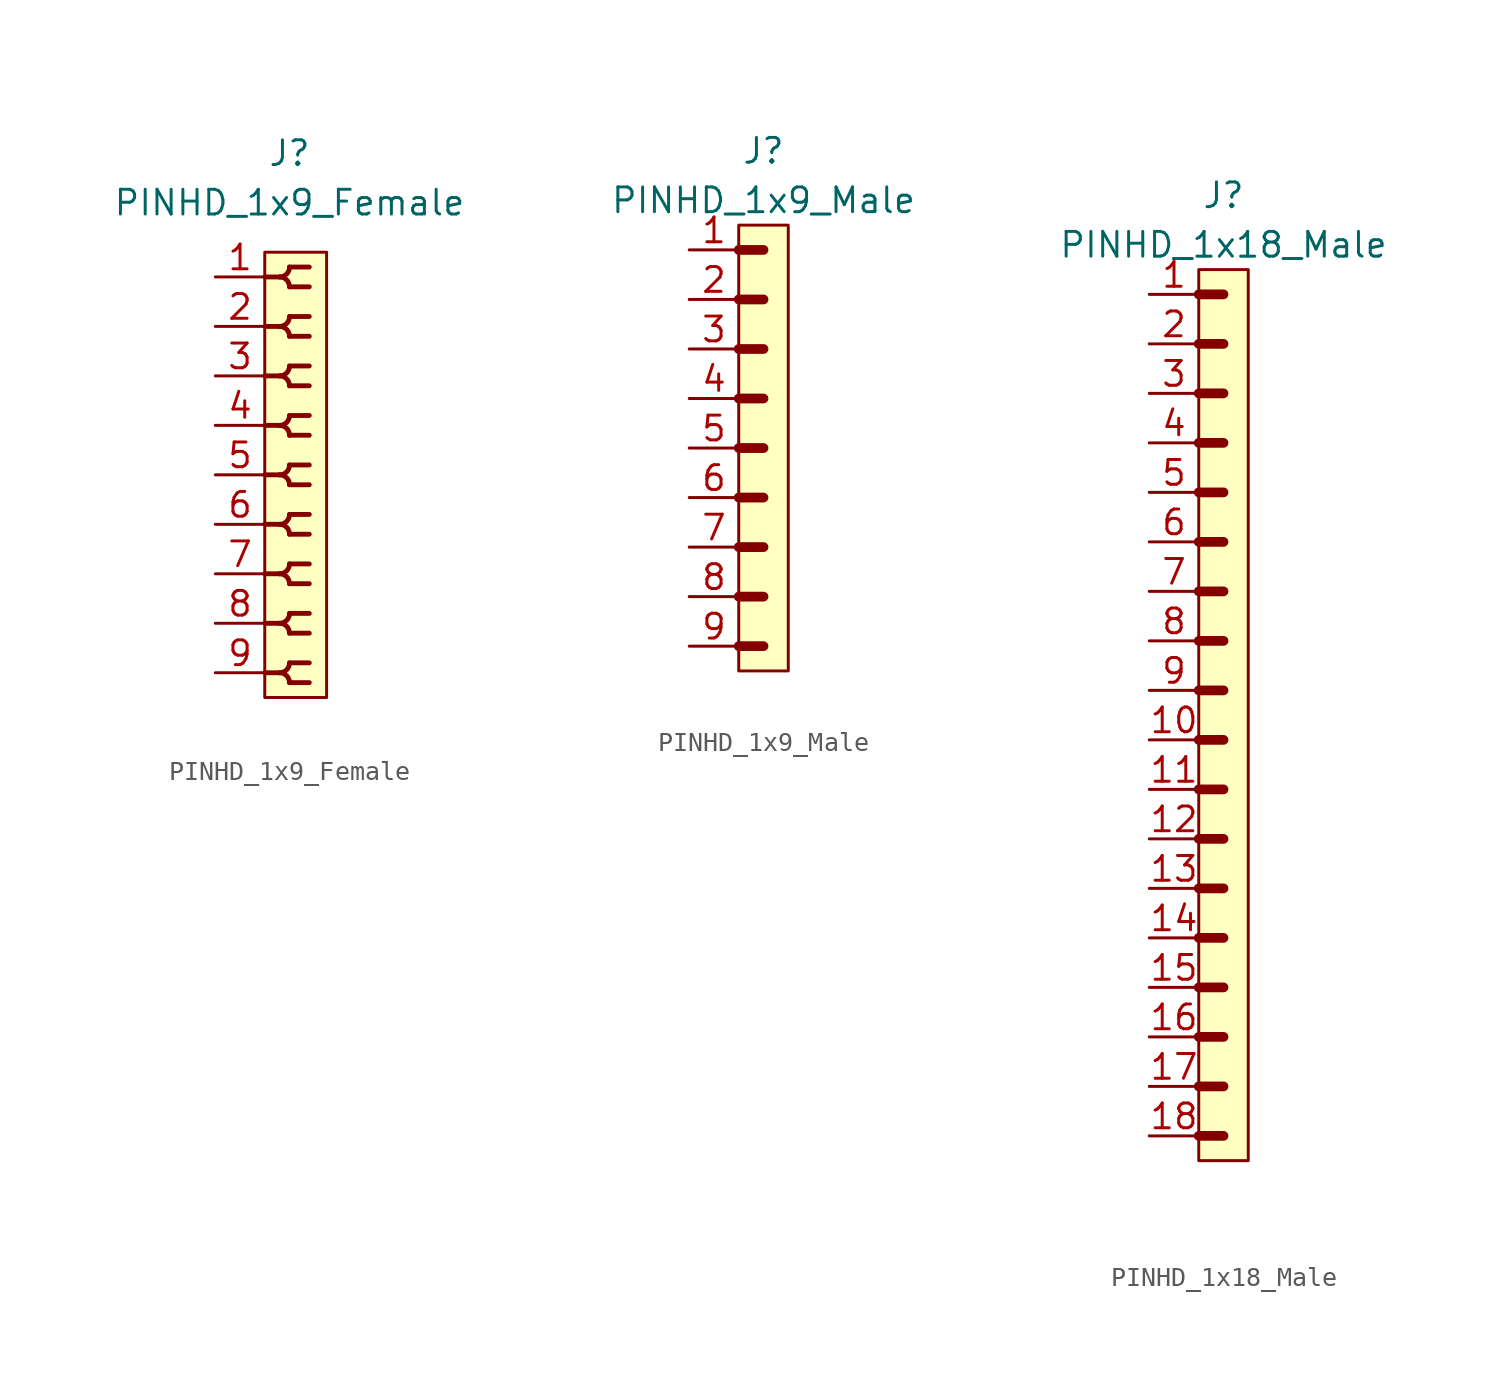
<source format=kicad_sym>
(kicad_symbol_lib
  (version 20211014)
  (generator kicad_symbol_editor)
  (symbol "PINHD_1x9_Female"
    (property "Reference" "J"
      (at 0 16.51 0)
      (effects (font (size 1.27 1.27))))
    (property "Value" "PINHD_1x9_Female"
      (at 0 13.97 0)
      (effects (font (size 1.27 1.27))))
    (symbol "PINHD_1x9_Female_0_1"
      (rectangle (start -1.27 11.43) (end 1.905 -11.43) (stroke (width 0) (type default) (color 0 0 0 0)) (fill (type background)))
      (arc (start -0.508 -10.16) (mid 0.3592 -10.5192) (end 0 -9.652) (stroke (width 0.25) (type default) (color 0 0 0 0)) (fill (type none)))
      (arc (start -0.508 -7.62) (mid 0.3592 -7.9792) (end 0 -7.112) (stroke (width 0.25) (type default) (color 0 0 0 0)) (fill (type none)))
      (arc (start -0.508 -5.08) (mid 0.3592 -5.4392) (end 0 -4.572) (stroke (width 0.25) (type default) (color 0 0 0 0)) (fill (type none)))
      (arc (start -0.508 -2.54) (mid 0.3592 -2.8992) (end 0 -2.032) (stroke (width 0.25) (type default) (color 0 0 0 0)) (fill (type none)))
      (arc (start -0.508 0) (mid 0.3592 -0.3592) (end 0 0.508) (stroke (width 0.25) (type default) (color 0 0 0 0)) (fill (type none)))
      (arc (start -0.508 2.54) (mid 0.3592 2.1808) (end 0 3.048) (stroke (width 0.25) (type default) (color 0 0 0 0)) (fill (type none)))
      (arc (start -0.508 5.08) (mid 0.3592 4.7208) (end 0 5.588) (stroke (width 0.25) (type default) (color 0 0 0 0)) (fill (type none)))
      (arc (start -0.508 7.62) (mid 0.3592 7.2608) (end 0 8.128) (stroke (width 0.25) (type default) (color 0 0 0 0)) (fill (type none)))
      (arc (start -0.508 10.16) (mid 0.3592 9.8008) (end 0 10.668) (stroke (width 0.25) (type default) (color 0 0 0 0)) (fill (type none)))
      (arc (start 0 -10.668) (mid 0.3592 -9.8008) (end -0.508 -10.16) (stroke (width 0.25) (type default) (color 0 0 0 0)) (fill (type none)))
      (arc (start 0 -8.128) (mid 0.3592 -7.2608) (end -0.508 -7.62) (stroke (width 0.25) (type default) (color 0 0 0 0)) (fill (type none)))
      (arc (start 0 -5.588) (mid 0.3592 -4.7208) (end -0.508 -5.08) (stroke (width 0.25) (type default) (color 0 0 0 0)) (fill (type none)))
      (arc (start 0 -3.048) (mid 0.3592 -2.1808) (end -0.508 -2.54) (stroke (width 0.25) (type default) (color 0 0 0 0)) (fill (type none)))
      (arc (start 0 -0.508) (mid 0.3592 0.3592) (end -0.508 0) (stroke (width 0.25) (type default) (color 0 0 0 0)) (fill (type none)))
      (polyline (pts (xy -1.27 -10.16) (xy -0.508 -10.16)) (stroke (width 0.25) (type default) (color 0 0 0 0)) (fill (type none)))
      (polyline (pts (xy -1.27 -7.62) (xy -0.508 -7.62)) (stroke (width 0.25) (type default) (color 0 0 0 0)) (fill (type none)))
      (polyline (pts (xy -1.27 -5.08) (xy -0.508 -5.08)) (stroke (width 0.25) (type default) (color 0 0 0 0)) (fill (type none)))
      (polyline (pts (xy -1.27 -2.54) (xy -0.508 -2.54)) (stroke (width 0.25) (type default) (color 0 0 0 0)) (fill (type none)))
      (polyline (pts (xy -1.27 0) (xy -0.508 0)) (stroke (width 0.25) (type default) (color 0 0 0 0)) (fill (type none)))
      (polyline (pts (xy -1.27 2.54) (xy -0.508 2.54)) (stroke (width 0.25) (type default) (color 0 0 0 0)) (fill (type none)))
      (polyline (pts (xy -1.27 5.08) (xy -0.508 5.08)) (stroke (width 0.25) (type default) (color 0 0 0 0)) (fill (type none)))
      (polyline (pts (xy -1.27 7.62) (xy -0.508 7.62)) (stroke (width 0.25) (type default) (color 0 0 0 0)) (fill (type none)))
      (polyline (pts (xy -1.27 10.16) (xy -0.508 10.16)) (stroke (width 0.25) (type default) (color 0 0 0 0)) (fill (type none)))
      (polyline (pts (xy 0 -10.668) (xy 1.016 -10.668)) (stroke (width 0.25) (type default) (color 0 0 0 0)) (fill (type none)))
      (polyline (pts (xy 0 -9.652) (xy 1.016 -9.652)) (stroke (width 0.25) (type default) (color 0 0 0 0)) (fill (type none)))
      (polyline (pts (xy 0 -8.128) (xy 1.016 -8.128)) (stroke (width 0.25) (type default) (color 0 0 0 0)) (fill (type none)))
      (polyline (pts (xy 0 -7.112) (xy 1.016 -7.112)) (stroke (width 0.25) (type default) (color 0 0 0 0)) (fill (type none)))
      (polyline (pts (xy 0 -5.588) (xy 1.016 -5.588)) (stroke (width 0.25) (type default) (color 0 0 0 0)) (fill (type none)))
      (polyline (pts (xy 0 -4.572) (xy 1.016 -4.572)) (stroke (width 0.25) (type default) (color 0 0 0 0)) (fill (type none)))
      (polyline (pts (xy 0 -3.048) (xy 1.016 -3.048)) (stroke (width 0.25) (type default) (color 0 0 0 0)) (fill (type none)))
      (polyline (pts (xy 0 -2.032) (xy 1.016 -2.032)) (stroke (width 0.25) (type default) (color 0 0 0 0)) (fill (type none)))
      (polyline (pts (xy 0 -0.508) (xy 1.016 -0.508)) (stroke (width 0.25) (type default) (color 0 0 0 0)) (fill (type none)))
      (polyline (pts (xy 0 0.508) (xy 1.016 0.508)) (stroke (width 0.25) (type default) (color 0 0 0 0)) (fill (type none)))
      (polyline (pts (xy 0 2.032) (xy 1.016 2.032)) (stroke (width 0.25) (type default) (color 0 0 0 0)) (fill (type none)))
      (polyline (pts (xy 0 3.048) (xy 1.016 3.048)) (stroke (width 0.25) (type default) (color 0 0 0 0)) (fill (type none)))
      (polyline (pts (xy 0 4.572) (xy 1.016 4.572)) (stroke (width 0.25) (type default) (color 0 0 0 0)) (fill (type none)))
      (polyline (pts (xy 0 5.588) (xy 1.016 5.588)) (stroke (width 0.25) (type default) (color 0 0 0 0)) (fill (type none)))
      (polyline (pts (xy 0 7.112) (xy 1.016 7.112)) (stroke (width 0.25) (type default) (color 0 0 0 0)) (fill (type none)))
      (polyline (pts (xy 0 8.128) (xy 1.016 8.128)) (stroke (width 0.25) (type default) (color 0 0 0 0)) (fill (type none)))
      (polyline (pts (xy 0 9.652) (xy 1.016 9.652)) (stroke (width 0.25) (type default) (color 0 0 0 0)) (fill (type none)))
      (polyline (pts (xy 0 10.668) (xy 1.016 10.668)) (stroke (width 0.25) (type default) (color 0 0 0 0)) (fill (type none)))
      (arc (start 0 2.032) (mid 0.3592 2.8992) (end -0.508 2.54) (stroke (width 0.25) (type default) (color 0 0 0 0)) (fill (type none)))
      (arc (start 0 4.572) (mid 0.3592 5.4392) (end -0.508 5.08) (stroke (width 0.25) (type default) (color 0 0 0 0)) (fill (type none)))
      (arc (start 0 7.112) (mid 0.3592 7.9792) (end -0.508 7.62) (stroke (width 0.25) (type default) (color 0 0 0 0)) (fill (type none)))
      (arc (start 0 9.652) (mid 0.3592 10.5192) (end -0.508 10.16) (stroke (width 0.25) (type default) (color 0 0 0 0)) (fill (type none))))
    (symbol "PINHD_1x9_Female_1_1"
      (pin passive line (at -3.81 10.16 0) (length 2.54) (name "" (effects (font (size 1.27 1.27)))) (number "1" (effects (font (size 1.27 1.27)))))
      (pin passive line (at -3.81 7.62 0) (length 2.54) (name "" (effects (font (size 1.27 1.27)))) (number "2" (effects (font (size 1.27 1.27)))))
      (pin passive line (at -3.81 5.08 0) (length 2.54) (name "" (effects (font (size 1.27 1.27)))) (number "3" (effects (font (size 1.27 1.27)))))
      (pin passive line (at -3.81 2.54 0) (length 2.54) (name "" (effects (font (size 1.27 1.27)))) (number "4" (effects (font (size 1.27 1.27)))))
      (pin passive line (at -3.81 0 0) (length 2.54) (name "" (effects (font (size 1.27 1.27)))) (number "5" (effects (font (size 1.27 1.27)))))
      (pin passive line (at -3.81 -2.54 0) (length 2.54) (name "" (effects (font (size 1.27 1.27)))) (number "6" (effects (font (size 1.27 1.27)))))
      (pin passive line (at -3.81 -5.08 0) (length 2.54) (name "" (effects (font (size 1.27 1.27)))) (number "7" (effects (font (size 1.27 1.27)))))
      (pin passive line (at -3.81 -7.62 0) (length 2.54) (name "" (effects (font (size 1.27 1.27)))) (number "8" (effects (font (size 1.27 1.27)))))
      (pin passive line (at -3.81 -10.16 0) (length 2.54) (name "" (effects (font (size 1.27 1.27)))) (number "9" (effects (font (size 1.27 1.27)))))))
  (symbol "PINHD_1x9_Male"
    (property "Reference" "J"
      (at 0 15.24 0)
      (effects (font (size 1.27 1.27))))
    (property "Value" "PINHD_1x9_Male"
      (at 0 12.7 0)
      (effects (font (size 1.27 1.27))))
    (symbol "PINHD_1x9_Male_0_1"
      (rectangle (start -1.27 11.43) (end 1.27 -11.43) (stroke (width 0) (type default) (color 0 0 0 0)) (fill (type background)))
      (polyline (pts (xy -1.27 -10.16) (xy 0 -10.16)) (stroke (width 0.3) (type default) (color 0 0 0 0)) (fill (type none)))
      (polyline (pts (xy -1.27 -10.16) (xy 0 -10.16)) (stroke (width 0.5) (type default) (color 0 0 0 0)) (fill (type none)))
      (polyline (pts (xy -1.27 -7.62) (xy 0 -7.62)) (stroke (width 0.3) (type default) (color 0 0 0 0)) (fill (type none)))
      (polyline (pts (xy -1.27 -7.62) (xy 0 -7.62)) (stroke (width 0.5) (type default) (color 0 0 0 0)) (fill (type none)))
      (polyline (pts (xy -1.27 -5.08) (xy 0 -5.08)) (stroke (width 0.3) (type default) (color 0 0 0 0)) (fill (type none)))
      (polyline (pts (xy -1.27 -5.08) (xy 0 -5.08)) (stroke (width 0.5) (type default) (color 0 0 0 0)) (fill (type none)))
      (polyline (pts (xy -1.27 -2.54) (xy 0 -2.54)) (stroke (width 0.3) (type default) (color 0 0 0 0)) (fill (type none)))
      (polyline (pts (xy -1.27 -2.54) (xy 0 -2.54)) (stroke (width 0.5) (type default) (color 0 0 0 0)) (fill (type none)))
      (polyline (pts (xy -1.27 0) (xy 0 0)) (stroke (width 0.3) (type default) (color 0 0 0 0)) (fill (type none)))
      (polyline (pts (xy -1.27 0) (xy 0 0)) (stroke (width 0.5) (type default) (color 0 0 0 0)) (fill (type none)))
      (polyline (pts (xy -1.27 2.54) (xy 0 2.54)) (stroke (width 0.3) (type default) (color 0 0 0 0)) (fill (type none)))
      (polyline (pts (xy -1.27 2.54) (xy 0 2.54)) (stroke (width 0.5) (type default) (color 0 0 0 0)) (fill (type none)))
      (polyline (pts (xy -1.27 5.08) (xy 0 5.08)) (stroke (width 0.3) (type default) (color 0 0 0 0)) (fill (type none)))
      (polyline (pts (xy -1.27 5.08) (xy 0 5.08)) (stroke (width 0.5) (type default) (color 0 0 0 0)) (fill (type none)))
      (polyline (pts (xy -1.27 7.62) (xy 0 7.62)) (stroke (width 0.3) (type default) (color 0 0 0 0)) (fill (type none)))
      (polyline (pts (xy -1.27 7.62) (xy 0 7.62)) (stroke (width 0.5) (type default) (color 0 0 0 0)) (fill (type none)))
      (polyline (pts (xy -1.27 10.16) (xy 0 10.16)) (stroke (width 0.3) (type default) (color 0 0 0 0)) (fill (type none)))
      (polyline (pts (xy -1.27 10.16) (xy 0 10.16)) (stroke (width 0.5) (type default) (color 0 0 0 0)) (fill (type none))))
    (symbol "PINHD_1x9_Male_1_1"
      (pin passive line (at -3.81 10.16 0) (length 2.54) (name "" (effects (font (size 1.27 1.27)))) (number "1" (effects (font (size 1.27 1.27)))))
      (pin passive line (at -3.81 7.62 0) (length 2.54) (name "" (effects (font (size 1.27 1.27)))) (number "2" (effects (font (size 1.27 1.27)))))
      (pin passive line (at -3.81 5.08 0) (length 2.54) (name "" (effects (font (size 1.27 1.27)))) (number "3" (effects (font (size 1.27 1.27)))))
      (pin passive line (at -3.81 2.54 0) (length 2.54) (name "" (effects (font (size 1.27 1.27)))) (number "4" (effects (font (size 1.27 1.27)))))
      (pin passive line (at -3.81 0 0) (length 2.54) (name "" (effects (font (size 1.27 1.27)))) (number "5" (effects (font (size 1.27 1.27)))))
      (pin passive line (at -3.81 -2.54 0) (length 2.54) (name "" (effects (font (size 1.27 1.27)))) (number "6" (effects (font (size 1.27 1.27)))))
      (pin passive line (at -3.81 -5.08 0) (length 2.54) (name "" (effects (font (size 1.27 1.27)))) (number "7" (effects (font (size 1.27 1.27)))))
      (pin passive line (at -3.81 -7.62 0) (length 2.54) (name "" (effects (font (size 1.27 1.27)))) (number "8" (effects (font (size 1.27 1.27)))))
      (pin passive line (at -3.81 -10.16 0) (length 2.54) (name "" (effects (font (size 1.27 1.27)))) (number "9" (effects (font (size 1.27 1.27)))))))
  (symbol "PINHD_1x18_Male"
    (property "Reference" "J"
      (at 0 26.67 0)
      (effects (font (size 1.27 1.27))))
    (property "Value" "PINHD_1x18_Male"
      (at 0 24.13 0)
      (effects (font (size 1.27 1.27))))
    (symbol "PINHD_1x18_Male_0_1"
      (rectangle (start -1.27 22.86) (end 1.27 -22.86) (stroke (width 0) (type default) (color 0 0 0 0)) (fill (type background)))
      (polyline (pts (xy -1.27 -21.59) (xy 0 -21.59)) (stroke (width 0.5) (type default) (color 0 0 0 0)) (fill (type none)))
      (polyline (pts (xy -1.27 -19.05) (xy 0 -19.05)) (stroke (width 0.5) (type default) (color 0 0 0 0)) (fill (type none)))
      (polyline (pts (xy -1.27 -16.51) (xy 0 -16.51)) (stroke (width 0.5) (type default) (color 0 0 0 0)) (fill (type none)))
      (polyline (pts (xy -1.27 -13.97) (xy 0 -13.97)) (stroke (width 0.5) (type default) (color 0 0 0 0)) (fill (type none)))
      (polyline (pts (xy -1.27 -11.43) (xy 0 -11.43)) (stroke (width 0.5) (type default) (color 0 0 0 0)) (fill (type none)))
      (polyline (pts (xy -1.27 -8.89) (xy 0 -8.89)) (stroke (width 0.5) (type default) (color 0 0 0 0)) (fill (type none)))
      (polyline (pts (xy -1.27 -6.35) (xy 0 -6.35)) (stroke (width 0.5) (type default) (color 0 0 0 0)) (fill (type none)))
      (polyline (pts (xy -1.27 -3.81) (xy 0 -3.81)) (stroke (width 0.5) (type default) (color 0 0 0 0)) (fill (type none)))
      (polyline (pts (xy -1.27 -1.27) (xy 0 -1.27)) (stroke (width 0.3) (type default) (color 0 0 0 0)) (fill (type none)))
      (polyline (pts (xy -1.27 -1.27) (xy 0 -1.27)) (stroke (width 0.5) (type default) (color 0 0 0 0)) (fill (type none)))
      (polyline (pts (xy -1.27 1.27) (xy 0 1.27)) (stroke (width 0.3) (type default) (color 0 0 0 0)) (fill (type none)))
      (polyline (pts (xy -1.27 1.27) (xy 0 1.27)) (stroke (width 0.5) (type default) (color 0 0 0 0)) (fill (type none)))
      (polyline (pts (xy -1.27 3.81) (xy 0 3.81)) (stroke (width 0.3) (type default) (color 0 0 0 0)) (fill (type none)))
      (polyline (pts (xy -1.27 3.81) (xy 0 3.81)) (stroke (width 0.5) (type default) (color 0 0 0 0)) (fill (type none)))
      (polyline (pts (xy -1.27 6.35) (xy 0 6.35)) (stroke (width 0.3) (type default) (color 0 0 0 0)) (fill (type none)))
      (polyline (pts (xy -1.27 6.35) (xy 0 6.35)) (stroke (width 0.5) (type default) (color 0 0 0 0)) (fill (type none)))
      (polyline (pts (xy -1.27 8.89) (xy 0 8.89)) (stroke (width 0.3) (type default) (color 0 0 0 0)) (fill (type none)))
      (polyline (pts (xy -1.27 8.89) (xy 0 8.89)) (stroke (width 0.5) (type default) (color 0 0 0 0)) (fill (type none)))
      (polyline (pts (xy -1.27 11.43) (xy 0 11.43)) (stroke (width 0.3) (type default) (color 0 0 0 0)) (fill (type none)))
      (polyline (pts (xy -1.27 11.43) (xy 0 11.43)) (stroke (width 0.5) (type default) (color 0 0 0 0)) (fill (type none)))
      (polyline (pts (xy -1.27 13.97) (xy 0 13.97)) (stroke (width 0.3) (type default) (color 0 0 0 0)) (fill (type none)))
      (polyline (pts (xy -1.27 13.97) (xy 0 13.97)) (stroke (width 0.5) (type default) (color 0 0 0 0)) (fill (type none)))
      (polyline (pts (xy -1.27 16.51) (xy 0 16.51)) (stroke (width 0.3) (type default) (color 0 0 0 0)) (fill (type none)))
      (polyline (pts (xy -1.27 16.51) (xy 0 16.51)) (stroke (width 0.5) (type default) (color 0 0 0 0)) (fill (type none)))
      (polyline (pts (xy -1.27 19.05) (xy 0 19.05)) (stroke (width 0.3) (type default) (color 0 0 0 0)) (fill (type none)))
      (polyline (pts (xy -1.27 19.05) (xy 0 19.05)) (stroke (width 0.5) (type default) (color 0 0 0 0)) (fill (type none)))
      (polyline (pts (xy -1.27 21.59) (xy 0 21.59)) (stroke (width 0.5) (type default) (color 0 0 0 0)) (fill (type none))))
    (symbol "PINHD_1x18_Male_1_1"
      (pin passive line (at -3.81 21.59 0) (length 2.54) (name "" (effects (font (size 1.27 1.27)))) (number "1" (effects (font (size 1.27 1.27)))))
      (pin passive line (at -3.81 -1.27 0) (length 2.54) (name "" (effects (font (size 1.27 1.27)))) (number "10" (effects (font (size 1.27 1.27)))))
      (pin passive line (at -3.81 -3.81 0) (length 2.54) (name "" (effects (font (size 1.27 1.27)))) (number "11" (effects (font (size 1.27 1.27)))))
      (pin passive line (at -3.81 -6.35 0) (length 2.54) (name "" (effects (font (size 1.27 1.27)))) (number "12" (effects (font (size 1.27 1.27)))))
      (pin passive line (at -3.81 -8.89 0) (length 2.54) (name "" (effects (font (size 1.27 1.27)))) (number "13" (effects (font (size 1.27 1.27)))))
      (pin passive line (at -3.81 -11.43 0) (length 2.54) (name "" (effects (font (size 1.27 1.27)))) (number "14" (effects (font (size 1.27 1.27)))))
      (pin passive line (at -3.81 -13.97 0) (length 2.54) (name "" (effects (font (size 1.27 1.27)))) (number "15" (effects (font (size 1.27 1.27)))))
      (pin passive line (at -3.81 -16.51 0) (length 2.54) (name "" (effects (font (size 1.27 1.27)))) (number "16" (effects (font (size 1.27 1.27)))))
      (pin passive line (at -3.81 -19.05 0) (length 2.54) (name "" (effects (font (size 1.27 1.27)))) (number "17" (effects (font (size 1.27 1.27)))))
      (pin passive line (at -3.81 -21.59 0) (length 2.54) (name "" (effects (font (size 1.27 1.27)))) (number "18" (effects (font (size 1.27 1.27)))))
      (pin passive line (at -3.81 19.05 0) (length 2.54) (name "" (effects (font (size 1.27 1.27)))) (number "2" (effects (font (size 1.27 1.27)))))
      (pin passive line (at -3.81 16.51 0) (length 2.54) (name "" (effects (font (size 1.27 1.27)))) (number "3" (effects (font (size 1.27 1.27)))))
      (pin passive line (at -3.81 13.97 0) (length 2.54) (name "" (effects (font (size 1.27 1.27)))) (number "4" (effects (font (size 1.27 1.27)))))
      (pin passive line (at -3.81 11.43 0) (length 2.54) (name "" (effects (font (size 1.27 1.27)))) (number "5" (effects (font (size 1.27 1.27)))))
      (pin passive line (at -3.81 8.89 0) (length 2.54) (name "" (effects (font (size 1.27 1.27)))) (number "6" (effects (font (size 1.27 1.27)))))
      (pin passive line (at -3.81 6.35 0) (length 2.54) (name "" (effects (font (size 1.27 1.27)))) (number "7" (effects (font (size 1.27 1.27)))))
      (pin passive line (at -3.81 3.81 0) (length 2.54) (name "" (effects (font (size 1.27 1.27)))) (number "8" (effects (font (size 1.27 1.27)))))
      (pin passive line (at -3.81 1.27 0) (length 2.54) (name "" (effects (font (size 1.27 1.27)))) (number "9" (effects (font (size 1.27 1.27))))))))
</source>
